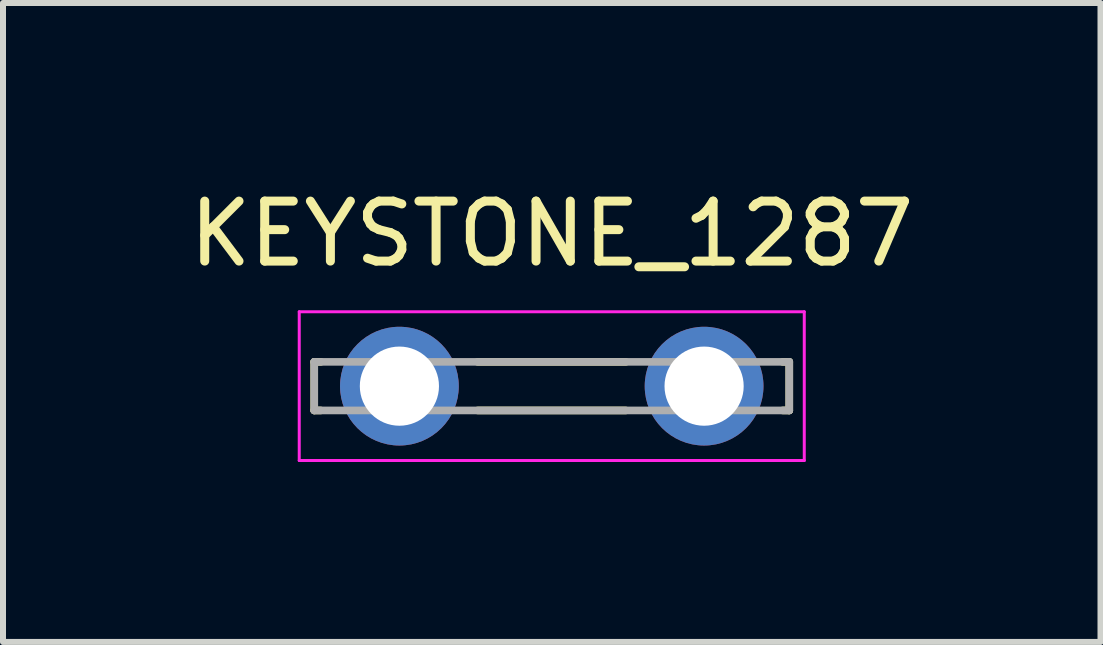
<source format=kicad_pcb>
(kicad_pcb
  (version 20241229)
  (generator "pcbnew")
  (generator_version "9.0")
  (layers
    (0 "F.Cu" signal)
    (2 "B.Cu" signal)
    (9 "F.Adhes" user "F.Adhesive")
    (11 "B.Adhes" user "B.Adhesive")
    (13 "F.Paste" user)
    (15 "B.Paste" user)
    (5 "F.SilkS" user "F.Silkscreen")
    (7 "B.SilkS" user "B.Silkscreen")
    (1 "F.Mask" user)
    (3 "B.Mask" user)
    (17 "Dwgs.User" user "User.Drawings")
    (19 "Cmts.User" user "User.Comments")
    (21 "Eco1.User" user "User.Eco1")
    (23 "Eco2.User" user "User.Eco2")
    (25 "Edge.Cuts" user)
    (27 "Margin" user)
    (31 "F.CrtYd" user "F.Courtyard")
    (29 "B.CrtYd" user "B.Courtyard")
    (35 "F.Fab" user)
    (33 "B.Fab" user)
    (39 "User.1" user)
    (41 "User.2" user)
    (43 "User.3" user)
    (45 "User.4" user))
  (footprint "KEYSTONE_1287"
    (layer "F.Cu")
    (at 6.149 3.388)
    (property "Reference" "KEYSTONE_1287" (at 0 -2.54 0) (layer "F.SilkS") (effects (font (size 1 1) (thickness 0.15))))
    (attr through_hole)
    (fp_line (start -3.96 -0.405) (end -3.85 -0.405) (stroke (width 0.127) (type solid)) (layer "F.SilkS"))
    (fp_line (start -3.96 0.405) (end -3.96 -0.405) (stroke (width 0.127) (type solid)) (layer "F.SilkS"))
    (fp_line (start -3.85 0.405) (end -3.96 0.405) (stroke (width 0.127) (type solid)) (layer "F.SilkS"))
    (fp_line (start -1.236 -0.405) (end 1.236 -0.405) (stroke (width 0.127) (type solid)) (layer "F.SilkS"))
    (fp_line (start -1.236 0.405) (end 1.236 0.405) (stroke (width 0.127) (type solid)) (layer "F.SilkS"))
    (fp_line (start 3.85 -0.405) (end 3.96 -0.405) (stroke (width 0.127) (type solid)) (layer "F.SilkS"))
    (fp_line (start 3.96 -0.405) (end 3.96 0.405) (stroke (width 0.127) (type solid)) (layer "F.SilkS"))
    (fp_line (start 3.96 0.405) (end 3.85 0.405) (stroke (width 0.127) (type solid)) (layer "F.SilkS"))
    (fp_line (start -4.21 -1.24) (end 4.21 -1.24) (stroke (width 0.05) (type solid)) (layer "F.CrtYd"))
    (fp_line (start -4.21 1.24) (end -4.21 -1.24) (stroke (width 0.05) (type solid)) (layer "F.CrtYd"))
    (fp_line (start 4.21 -1.24) (end 4.21 1.24) (stroke (width 0.05) (type solid)) (layer "F.CrtYd"))
    (fp_line (start 4.21 1.24) (end -4.21 1.24) (stroke (width 0.05) (type solid)) (layer "F.CrtYd"))
    (fp_line (start -3.96 -0.405) (end 3.96 -0.405) (stroke (width 0.127) (type solid)) (layer "F.Fab"))
    (fp_line (start -3.96 0.405) (end -3.96 -0.405) (stroke (width 0.127) (type solid)) (layer "F.Fab"))
    (fp_line (start 3.96 -0.405) (end 3.96 0.405) (stroke (width 0.127) (type solid)) (layer "F.Fab"))
    (fp_line (start 3.96 0.405) (end -3.96 0.405) (stroke (width 0.127) (type solid)) (layer "F.Fab"))
    (pad "1_1" thru_hole circle (at -2.54 0) (size 1.98 1.98) (drill 1.32) (layers "*.Cu" "*.Mask"))
    (pad "1_2" thru_hole circle (at 2.54 0) (size 1.98 1.98) (drill 1.32) (layers "*.Cu" "*.Mask")))
  (gr_rect
    (start -3 -3)
    (end 15.298 7.653)
    (stroke (width 0.1) (type default))
    (fill no)
    (layer "Edge.Cuts")))
</source>
